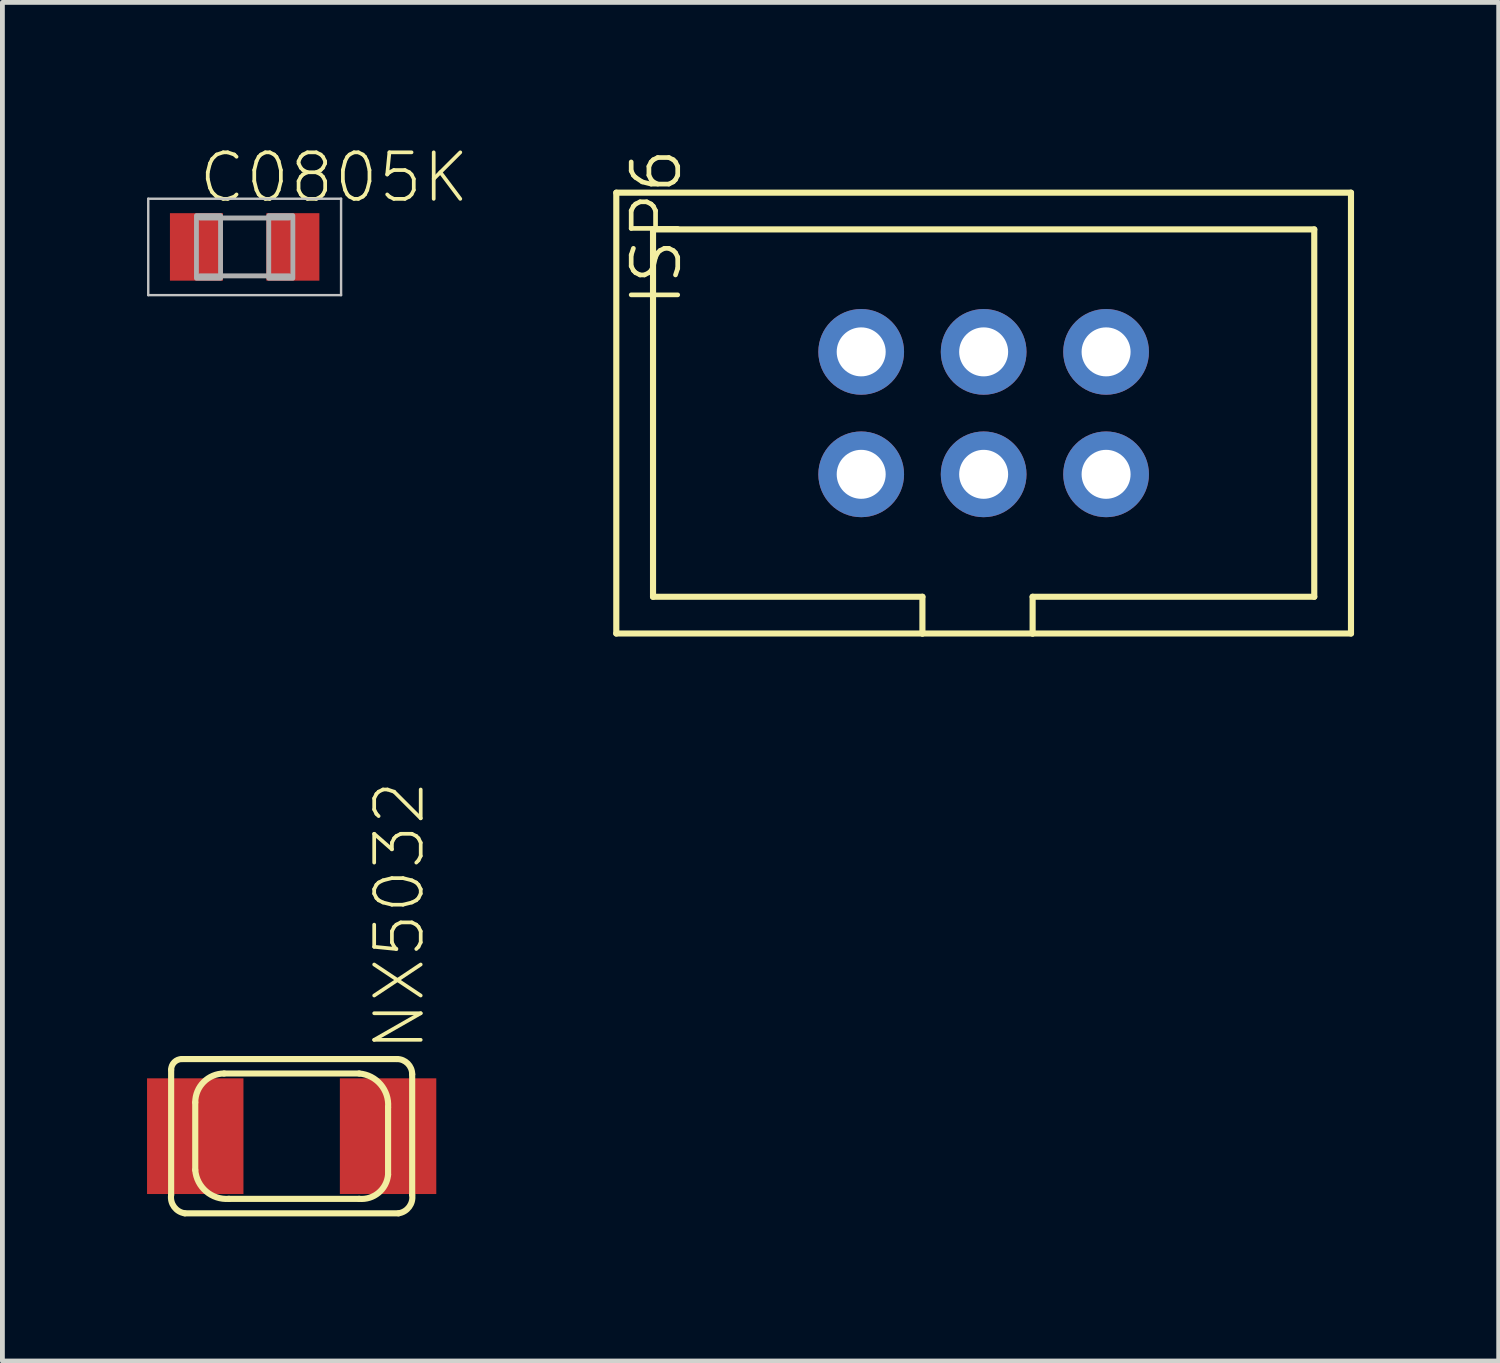
<source format=kicad_pcb>
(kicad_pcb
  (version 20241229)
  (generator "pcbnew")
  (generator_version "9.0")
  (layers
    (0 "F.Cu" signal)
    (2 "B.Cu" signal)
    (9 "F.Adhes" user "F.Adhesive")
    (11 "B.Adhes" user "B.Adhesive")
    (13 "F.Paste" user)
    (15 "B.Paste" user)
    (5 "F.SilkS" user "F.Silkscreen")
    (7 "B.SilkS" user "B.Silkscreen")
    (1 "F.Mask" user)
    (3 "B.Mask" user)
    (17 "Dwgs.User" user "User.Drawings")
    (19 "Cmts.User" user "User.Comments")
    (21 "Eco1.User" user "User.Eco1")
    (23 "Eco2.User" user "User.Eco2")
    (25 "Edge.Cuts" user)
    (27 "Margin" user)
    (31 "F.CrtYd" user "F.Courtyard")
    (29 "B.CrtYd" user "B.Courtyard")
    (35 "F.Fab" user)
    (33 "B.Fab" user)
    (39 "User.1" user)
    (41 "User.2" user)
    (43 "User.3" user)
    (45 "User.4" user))
  (footprint "NX5032"
    (layer "F.Cu")
    (at 3 20.518)
    (property "Reference" "NX5032" (at 2.799 -1.718 270) (layer "F.SilkS") (effects (font (size 0.965 0.965) (thickness 0.077)) (justify left bottom)))
    (attr through_hole)
    (fp_line (start -2.5 1.217) (end -2.5 -1.376) (stroke (width 0.127) (type solid)) (layer "F.SilkS"))
    (fp_line (start -2.276 -1.6) (end 2.184 -1.6) (stroke (width 0.127) (type solid)) (layer "F.SilkS"))
    (fp_line (start -2 0.7) (end -2 -0.7) (stroke (width 0.127) (type solid)) (layer "F.SilkS"))
    (fp_line (start -1.4 -1.3) (end 1.4 -1.3) (stroke (width 0.127) (type solid)) (layer "F.SilkS"))
    (fp_line (start 1.4 1.3) (end -1.3 1.3) (stroke (width 0.127) (type solid)) (layer "F.SilkS"))
    (fp_line (start 2 -0.6) (end 2 0.8) (stroke (width 0.127) (type solid)) (layer "F.SilkS"))
    (fp_line (start 2.217 1.6) (end -2.217 1.6) (stroke (width 0.127) (type solid)) (layer "F.SilkS"))
    (fp_line (start 2.5 -1.284) (end 2.5 1.217) (stroke (width 0.127) (type solid)) (layer "F.SilkS"))
    (fp_arc (start -2.5 -1.3764) (mid -2.434509 -1.534509) (end -2.2764 -1.6) (stroke (width 0.127) (type solid)) (layer "F.SilkS"))
    (fp_arc (start -2.2172 1.6) (mid -2.43788 1.46717) (end -2.5 1.2172) (stroke (width 0.127) (type solid)) (layer "F.SilkS"))
    (fp_arc (start -2 -0.7) (mid -1.824264 -1.124264) (end -1.4 -1.3) (stroke (width 0.127) (type solid)) (layer "F.SilkS"))
    (fp_arc (start -1.3 1.3) (mid -1.774264 1.144975) (end -2 0.7) (stroke (width 0.127) (type solid)) (layer "F.SilkS"))
    (fp_arc (start 1.4 -1.3) (mid 1.844917 -1.074214) (end 2.000001 -0.599999) (stroke (width 0.127) (type solid)) (layer "F.SilkS"))
    (fp_arc (start 2 0.8) (mid 1.803553 1.174264) (end 1.4 1.3) (stroke (width 0.127) (type solid)) (layer "F.SilkS"))
    (fp_arc (start 2.1838 -1.6) (mid 2.407387 -1.507387) (end 2.5 -1.2838) (stroke (width 0.127) (type solid)) (layer "F.SilkS"))
    (fp_arc (start 2.5 1.2172) (mid 2.43788 1.46717) (end 2.2172 1.6) (stroke (width 0.127) (type solid)) (layer "F.SilkS"))
    (pad "P$1" smd rect (at 2 0) (size 2 2.4) (layers "F.Cu" "F.Mask" "F.Paste"))
    (pad "P$2" smd rect (at -2 0 180) (size 2 2.4) (layers "F.Cu" "F.Mask" "F.Paste")))
  (footprint "ISP6"
    (layer "F.Cu")
    (at 17.354 5.519)
    (property "Reference" "ISP6" (at -6.223 -2.159 90) (layer "F.SilkS") (effects (font (size 0.965 0.965) (thickness 0.097)) (justify left bottom)))
    (attr through_hole)
    (fp_line (start -7.62 -4.572) (end 7.62 -4.572) (stroke (width 0.127) (type solid)) (layer "F.SilkS"))
    (fp_line (start -7.62 4.572) (end -7.62 -4.572) (stroke (width 0.127) (type solid)) (layer "F.SilkS"))
    (fp_line (start -6.858 -3.81) (end 6.858 -3.81) (stroke (width 0.127) (type solid)) (layer "F.SilkS"))
    (fp_line (start -6.858 3.81) (end -6.858 -3.81) (stroke (width 0.127) (type solid)) (layer "F.SilkS"))
    (fp_line (start -1.27 3.81) (end -6.858 3.81) (stroke (width 0.127) (type solid)) (layer "F.SilkS"))
    (fp_line (start -1.27 4.572) (end -7.62 4.572) (stroke (width 0.127) (type solid)) (layer "F.SilkS"))
    (fp_line (start -1.27 4.572) (end -1.27 3.81) (stroke (width 0.127) (type solid)) (layer "F.SilkS"))
    (fp_line (start 1.016 3.81) (end 1.016 4.572) (stroke (width 0.127) (type solid)) (layer "F.SilkS"))
    (fp_line (start 1.016 4.572) (end -1.27 4.572) (stroke (width 0.127) (type solid)) (layer "F.SilkS"))
    (fp_line (start 6.858 -3.81) (end 6.858 3.81) (stroke (width 0.127) (type solid)) (layer "F.SilkS"))
    (fp_line (start 6.858 3.81) (end 1.016 3.81) (stroke (width 0.127) (type solid)) (layer "F.SilkS"))
    (fp_line (start 7.62 -4.572) (end 7.62 4.572) (stroke (width 0.127) (type solid)) (layer "F.SilkS"))
    (fp_line (start 7.62 4.572) (end 1.016 4.572) (stroke (width 0.127) (type solid)) (layer "F.SilkS"))
    (fp_poly (pts (xy -2.794 -1.016) (xy -2.286 -1.016) (xy -2.286 -1.524) (xy -2.794 -1.524)) (stroke (width 0.1) (type solid)) (fill no) (layer "F.Fab"))
    (fp_poly (pts (xy -2.794 1.524) (xy -2.286 1.524) (xy -2.286 1.016) (xy -2.794 1.016)) (stroke (width 0.1) (type solid)) (fill no) (layer "F.Fab"))
    (fp_poly (pts (xy -0.254 -1.016) (xy 0.254 -1.016) (xy 0.254 -1.524) (xy -0.254 -1.524)) (stroke (width 0.1) (type solid)) (fill no) (layer "F.Fab"))
    (fp_poly (pts (xy -0.254 1.524) (xy 0.254 1.524) (xy 0.254 1.016) (xy -0.254 1.016)) (stroke (width 0.1) (type solid)) (fill no) (layer "F.Fab"))
    (fp_poly (pts (xy 2.286 -1.016) (xy 2.794 -1.016) (xy 2.794 -1.524) (xy 2.286 -1.524)) (stroke (width 0.1) (type solid)) (fill no) (layer "F.Fab"))
    (fp_poly (pts (xy 2.286 1.524) (xy 2.794 1.524) (xy 2.794 1.016) (xy 2.286 1.016)) (stroke (width 0.1) (type solid)) (fill no) (layer "F.Fab"))
    (pad "1" thru_hole circle (at -2.54 1.27) (size 1.778 1.778) (drill 1.016) (layers "*.Cu" "*.Mask"))
    (pad "2" thru_hole circle (at -2.54 -1.27) (size 1.778 1.778) (drill 1.016) (layers "*.Cu" "*.Mask"))
    (pad "3" thru_hole circle (at 0 1.27) (size 1.778 1.778) (drill 1.016) (layers "*.Cu" "*.Mask"))
    (pad "4" thru_hole circle (at 0 -1.27) (size 1.778 1.778) (drill 1.016) (layers "*.Cu" "*.Mask"))
    (pad "5" thru_hole circle (at 2.54 1.27) (size 1.778 1.778) (drill 1.016) (layers "*.Cu" "*.Mask"))
    (pad "6" thru_hole circle (at 2.54 -1.27) (size 1.778 1.778) (drill 1.016) (layers "*.Cu" "*.Mask")))
  (footprint "C0805K"
    (layer "F.Cu")
    (at 2.025 2.072)
    (property "Reference" "C0805K" (at -1 -0.875 0) (layer "F.SilkS") (effects (font (size 0.965 0.965) (thickness 0.077)) (justify left bottom)))
    (attr through_hole)
    (fp_line (start -2 -1) (end 2 -1) (stroke (width 0.05) (type solid)) (layer "Dwgs.User"))
    (fp_line (start -2 1) (end -2 -1) (stroke (width 0.05) (type solid)) (layer "Dwgs.User"))
    (fp_line (start 2 -1) (end 2 1) (stroke (width 0.05) (type solid)) (layer "Dwgs.User"))
    (fp_line (start 2 1) (end -2 1) (stroke (width 0.05) (type solid)) (layer "Dwgs.User"))
    (fp_line (start -0.925 -0.6) (end 0.925 -0.6) (stroke (width 0.102) (type solid)) (layer "F.Fab"))
    (fp_line (start 0.925 0.6) (end -0.925 0.6) (stroke (width 0.102) (type solid)) (layer "F.Fab"))
    (fp_poly (pts (xy -1 0.65) (xy -0.5 0.65) (xy -0.5 -0.65) (xy -1 -0.65)) (stroke (width 0.1) (type solid)) (fill no) (layer "F.Fab"))
    (fp_poly (pts (xy 0.5 0.65) (xy 1 0.65) (xy 1 -0.65) (xy 0.5 -0.65)) (stroke (width 0.1) (type solid)) (fill no) (layer "F.Fab"))
    (pad "1" smd rect (at -1 0) (size 1.1 1.4) (layers "F.Cu" "F.Mask" "F.Paste"))
    (pad "2" smd rect (at 1 0) (size 1.1 1.4) (layers "F.Cu" "F.Mask" "F.Paste")))
  (gr_rect
    (start -3 -3)
    (end 28.038 25.182)
    (stroke (width 0.1) (type default))
    (fill no)
    (layer "Edge.Cuts")))
</source>
